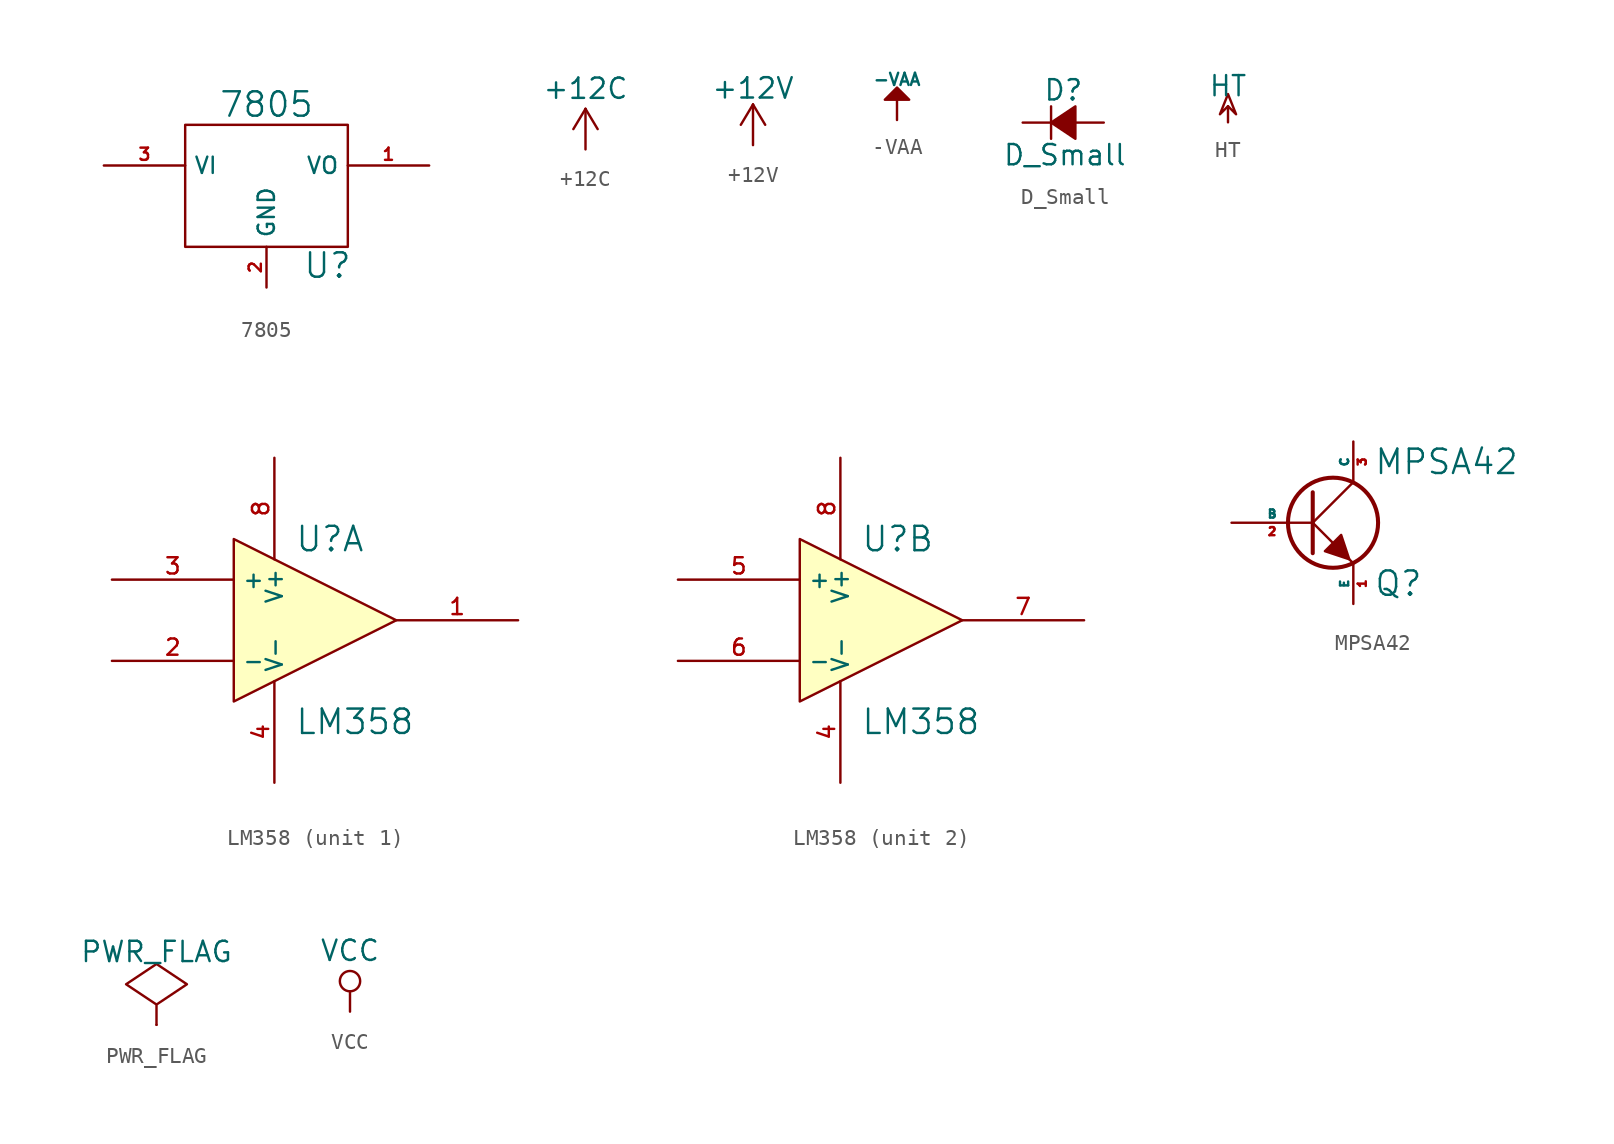
<source format=kicad_sym>
(kicad_symbol_lib
  (version 20220914)
  (generator kicad_symbol_editor)
  (symbol "7805"
    (property "Reference" "U"
      (at 3.81 -4.978 0)
      (effects (font (size 1.524 1.524))))
    (property "Value" "7805"
      (at 0 5.08 0)
      (effects (font (size 1.524 1.524))))
    (property "Footprint" ""
      (at 0 0 0)
      (effects (font (size 1.524 1.524))))
    (property "Datasheet" ""
      (at 0 0 0)
      (effects (font (size 1.524 1.524))))
    (symbol "7805_0_1"
      (rectangle (start -5.08 -3.81) (end 5.08 3.81) (stroke (width 0) (type default)) (fill (type none))))
    (symbol "7805_1_1"
      (pin power_out line (at 10.16 1.27 180) (length 5.08) (name "VO" (effects (font (size 1.016 1.016)))) (number "1" (effects (font (size 0.762 0.762)))))
      (pin input line (at 0 -6.35 90) (length 2.54) (name "GND" (effects (font (size 1.016 1.016)))) (number "2" (effects (font (size 0.762 0.762)))))
      (pin input line (at -10.16 1.27 0) (length 5.08) (name "VI" (effects (font (size 1.016 1.016)))) (number "3" (effects (font (size 0.762 0.762)))))))
  (symbol "+12C"
    (power)
    (pin_names
      (offset 0))
    (property "Reference" "#PWR"
      (at 0 -3.81 0)
      (effects (font (size 1.27 1.27)) hide))
    (property "Value" "+12C"
      (at 0 3.81 0)
      (effects (font (size 1.27 1.27))))
    (property "Footprint" ""
      (at 0 0 0)
      (effects (font (size 1.524 1.524))))
    (property "Datasheet" ""
      (at 0 0 0)
      (effects (font (size 1.524 1.524))))
    (symbol "+12C_0_1"
      (polyline (pts (xy -0.762 1.27) (xy 0 2.54)) (stroke (width 0) (type default)) (fill (type none)))
      (polyline (pts (xy 0 0) (xy 0 2.54)) (stroke (width 0) (type default)) (fill (type none)))
      (polyline (pts (xy 0 2.54) (xy 0.762 1.27)) (stroke (width 0) (type default)) (fill (type none))))
    (symbol "+12C_1_1"
      (pin power_in line (at 0 0 90) (length 0) hide (name "+12C" (effects (font (size 1.27 1.27)))) (number "1" (effects (font (size 1.27 1.27)))))))
  (symbol "+12V"
    (power)
    (pin_names
      (offset 0))
    (property "Reference" "#PWR"
      (at 0 -3.81 0)
      (effects (font (size 1.27 1.27)) hide))
    (property "Value" "+12V"
      (at 0 3.556 0)
      (effects (font (size 1.27 1.27))))
    (property "Footprint" ""
      (at 0 0 0)
      (effects (font (size 1.524 1.524))))
    (property "Datasheet" ""
      (at 0 0 0)
      (effects (font (size 1.524 1.524))))
    (symbol "+12V_0_1"
      (polyline (pts (xy -0.762 1.27) (xy 0 2.54)) (stroke (width 0) (type default)) (fill (type none)))
      (polyline (pts (xy 0 0) (xy 0 2.54)) (stroke (width 0) (type default)) (fill (type none)))
      (polyline (pts (xy 0 2.54) (xy 0.762 1.27)) (stroke (width 0) (type default)) (fill (type none))))
    (symbol "+12V_1_1"
      (pin power_in line (at 0 0 90) (length 0) hide (name "+12V" (effects (font (size 1.27 1.27)))) (number "1" (effects (font (size 1.27 1.27)))))))
  (symbol "-VAA"
    (power)
    (pin_names
      (offset 0))
    (property "Reference" "#PWR"
      (at 0 2.54 0)
      (effects (font (size 0.508 0.508)) hide))
    (property "Value" "-VAA"
      (at 0 2.54 0)
      (effects (font (size 0.762 0.762))))
    (property "Footprint" ""
      (at 0 0 0)
      (effects (font (size 1.524 1.524))))
    (property "Datasheet" ""
      (at 0 0 0)
      (effects (font (size 1.524 1.524))))
    (symbol "-VAA_0_0"
      (pin power_in line (at 0 0 90) (length 0) hide (name "-VAA" (effects (font (size 0.508 0.508)))) (number "1" (effects (font (size 0.508 0.508))))))
    (symbol "-VAA_0_1"
      (polyline (pts (xy 0 0) (xy 0 1.27) (xy 0 1.27)) (stroke (width 0) (type default)) (fill (type none)))
      (polyline (pts (xy 0 2.032) (xy 0.762 1.27) (xy -0.508 1.27) (xy -0.762 1.27) (xy 0 2.032) (xy 0 2.032) (xy 0 2.032)) (stroke (width 0) (type default)) (fill (type outline)))))
  (symbol "D_Small"
    (pin_numbers hide)
    (pin_names
      (offset 0.254) hide)
    (property "Reference" "D"
      (at -1.27 2.032 0)
      (effects (font (size 1.27 1.27)) (justify left)))
    (property "Value" "D_Small"
      (at -3.81 -2.032 0)
      (effects (font (size 1.27 1.27)) (justify left)))
    (property "Footprint" ""
      (at 0 0 90)
      (effects (font (size 1.524 1.524))))
    (property "Datasheet" ""
      (at 0 0 90)
      (effects (font (size 1.524 1.524))))
    (symbol "D_Small_0_1"
      (polyline (pts (xy -0.762 -1.016) (xy -0.762 1.016)) (stroke (width 0) (type default)) (fill (type none)))
      (polyline (pts (xy 0.762 -1.016) (xy -0.762 0) (xy 0.762 1.016) (xy 0.762 -1.016)) (stroke (width 0) (type default)) (fill (type outline))))
    (symbol "D_Small_1_1"
      (pin passive line (at -2.54 0 0) (length 1.778) (name "K" (effects (font (size 1.27 1.27)))) (number "1" (effects (font (size 1.27 1.27)))))
      (pin passive line (at 2.54 0 180) (length 1.778) (name "A" (effects (font (size 1.27 1.27)))) (number "2" (effects (font (size 1.27 1.27)))))))
  (symbol "HT"
    (power)
    (pin_names
      (offset 0))
    (property "Reference" "#PWR"
      (at 0 3.048 0)
      (effects (font (size 1.27 1.27)) hide))
    (property "Value" "HT"
      (at 0 2.286 0)
      (effects (font (size 1.27 1.27))))
    (property "Footprint" ""
      (at 0 0 0)
      (effects (font (size 1.524 1.524))))
    (property "Datasheet" ""
      (at 0 0 0)
      (effects (font (size 1.524 1.524))))
    (symbol "HT_0_0"
      (pin power_in line (at 0 0 90) (length 0) hide (name "HT" (effects (font (size 0.508 0.508)))) (number "1" (effects (font (size 0.508 0.508))))))
    (symbol "HT_0_1"
      (polyline (pts (xy 0 0) (xy 0 1.016) (xy 0 1.016)) (stroke (width 0) (type default)) (fill (type none)))
      (polyline (pts (xy 0 1.016) (xy 0.508 0.508) (xy 0 1.778) (xy -0.508 0.508) (xy 0 1.016) (xy 0 1.016)) (stroke (width 0) (type default)) (fill (type none)))))
  (symbol "LM358"
    (property "Reference" "U"
      (at -1.27 5.08 0)
      (effects (font (size 1.524 1.524)) (justify left)))
    (property "Value" "LM358"
      (at -1.27 -6.35 0)
      (effects (font (size 1.524 1.524)) (justify left)))
    (property "Footprint" ""
      (at 0 0 0)
      (effects (font (size 1.524 1.524))))
    (property "Datasheet" ""
      (at 0 0 0)
      (effects (font (size 1.524 1.524))))
    (symbol "LM358_0_1"
      (polyline (pts (xy -5.08 5.08) (xy 5.08 0) (xy -5.08 -5.08) (xy -5.08 5.08)) (stroke (width 0.152) (type default)) (fill (type background)))
      (pin power_in line (at -2.54 -10.16 90) (length 6.35) (name "V-" (effects (font (size 1.016 1.016)))) (number "4" (effects (font (size 1.016 1.016)))))
      (pin power_in line (at -2.54 10.16 270) (length 6.35) (name "V+" (effects (font (size 1.016 1.016)))) (number "8" (effects (font (size 1.016 1.016))))))
    (symbol "LM358_1_1"
      (pin output line (at 12.7 0 180) (length 7.62) (name "~" (effects (font (size 1.016 1.016)))) (number "1" (effects (font (size 1.016 1.016)))))
      (pin input line (at -12.7 -2.54 0) (length 7.62) (name "-" (effects (font (size 1.016 1.016)))) (number "2" (effects (font (size 1.016 1.016)))))
      (pin input line (at -12.7 2.54 0) (length 7.62) (name "+" (effects (font (size 1.016 1.016)))) (number "3" (effects (font (size 1.016 1.016))))))
    (symbol "LM358_2_1"
      (pin input line (at -12.7 2.54 0) (length 7.62) (name "+" (effects (font (size 1.016 1.016)))) (number "5" (effects (font (size 1.016 1.016)))))
      (pin input line (at -12.7 -2.54 0) (length 7.62) (name "-" (effects (font (size 1.016 1.016)))) (number "6" (effects (font (size 1.016 1.016)))))
      (pin output line (at 12.7 0 180) (length 7.62) (name "~" (effects (font (size 1.016 1.016)))) (number "7" (effects (font (size 1.016 1.016)))))))
  (symbol "MPSA42"
    (pin_names
      (offset 0))
    (property "Reference" "Q"
      (at 3.81 -3.81 0)
      (effects (font (size 1.524 1.524)) (justify left)))
    (property "Value" "MPSA42"
      (at 3.81 3.81 0)
      (effects (font (size 1.524 1.524)) (justify left)))
    (property "Datasheet" ""
      (at 0 0 0)
      (effects (font (size 1.524 1.524))))
    (symbol "MPSA42_0_1"
      (polyline (pts (xy 0 0) (xy 2.54 2.54)) (stroke (width 0) (type default)) (fill (type none)))
      (polyline (pts (xy 0 1.905) (xy 0 -1.905) (xy 0 -1.905)) (stroke (width 0.254) (type default)) (fill (type none)))
      (polyline (pts (xy 1.27 -1.27) (xy 0 0) (xy 0 0)) (stroke (width 0) (type default)) (fill (type none)))
      (polyline (pts (xy 2.286 -2.286) (xy 2.54 -2.54) (xy 2.54 -2.54)) (stroke (width 0) (type default)) (fill (type none)))
      (polyline (pts (xy 2.286 -2.286) (xy 1.778 -0.762) (xy 0.762 -1.778) (xy 2.286 -2.286) (xy 2.286 -2.286)) (stroke (width 0) (type default)) (fill (type outline)))
      (circle (center 1.27 0) (radius 2.819) (stroke (width 0.254) (type default)) (fill (type none))))
    (symbol "MPSA42_1_1"
      (pin passive line (at 2.54 -5.08 90) (length 2.54) (name "E" (effects (font (size 0.508 0.508)))) (number "1" (effects (font (size 0.508 0.508)))))
      (pin input line (at -5.08 0 0) (length 5.08) (name "B" (effects (font (size 0.508 0.508)))) (number "2" (effects (font (size 0.508 0.508)))))
      (pin passive line (at 2.54 5.08 270) (length 2.54) (name "C" (effects (font (size 0.508 0.508)))) (number "3" (effects (font (size 0.508 0.508)))))))
  (symbol "PWR_FLAG"
    (power)
    (pin_numbers hide)
    (pin_names
      (offset 0) hide)
    (property "Reference" "#FLG"
      (at 0 2.413 0)
      (effects (font (size 1.27 1.27)) hide))
    (property "Value" "PWR_FLAG"
      (at 0 4.572 0)
      (effects (font (size 1.27 1.27))))
    (property "Footprint" ""
      (at 0 0 0)
      (effects (font (size 1.524 1.524))))
    (property "Datasheet" ""
      (at 0 0 0)
      (effects (font (size 1.524 1.524))))
    (symbol "PWR_FLAG_0_0"
      (pin power_out line (at 0 0 90) (length 0) (name "pwr" (effects (font (size 0.508 0.508)))) (number "1" (effects (font (size 0.508 0.508))))))
    (symbol "PWR_FLAG_0_1"
      (polyline (pts (xy 0 0) (xy 0 1.27) (xy -1.905 2.54) (xy 0 3.81) (xy 1.905 2.54) (xy 0 1.27)) (stroke (width 0) (type default)) (fill (type none)))))
  (symbol "VCC"
    (power)
    (pin_names
      (offset 0))
    (property "Reference" "#PWR"
      (at 0 -3.81 0)
      (effects (font (size 1.27 1.27)) hide))
    (property "Value" "VCC"
      (at 0 3.81 0)
      (effects (font (size 1.27 1.27))))
    (property "Footprint" ""
      (at 0 0 0)
      (effects (font (size 1.524 1.524))))
    (property "Datasheet" ""
      (at 0 0 0)
      (effects (font (size 1.524 1.524))))
    (symbol "VCC_0_1"
      (polyline (pts (xy 0 0) (xy 0 1.27)) (stroke (width 0) (type default)) (fill (type none)))
      (circle (center 0 1.905) (radius 0.635) (stroke (width 0) (type default)) (fill (type none))))
    (symbol "VCC_1_1"
      (pin power_in line (at 0 0 90) (length 0) hide (name "VCC" (effects (font (size 1.27 1.27)))) (number "1" (effects (font (size 1.27 1.27))))))))
</source>
